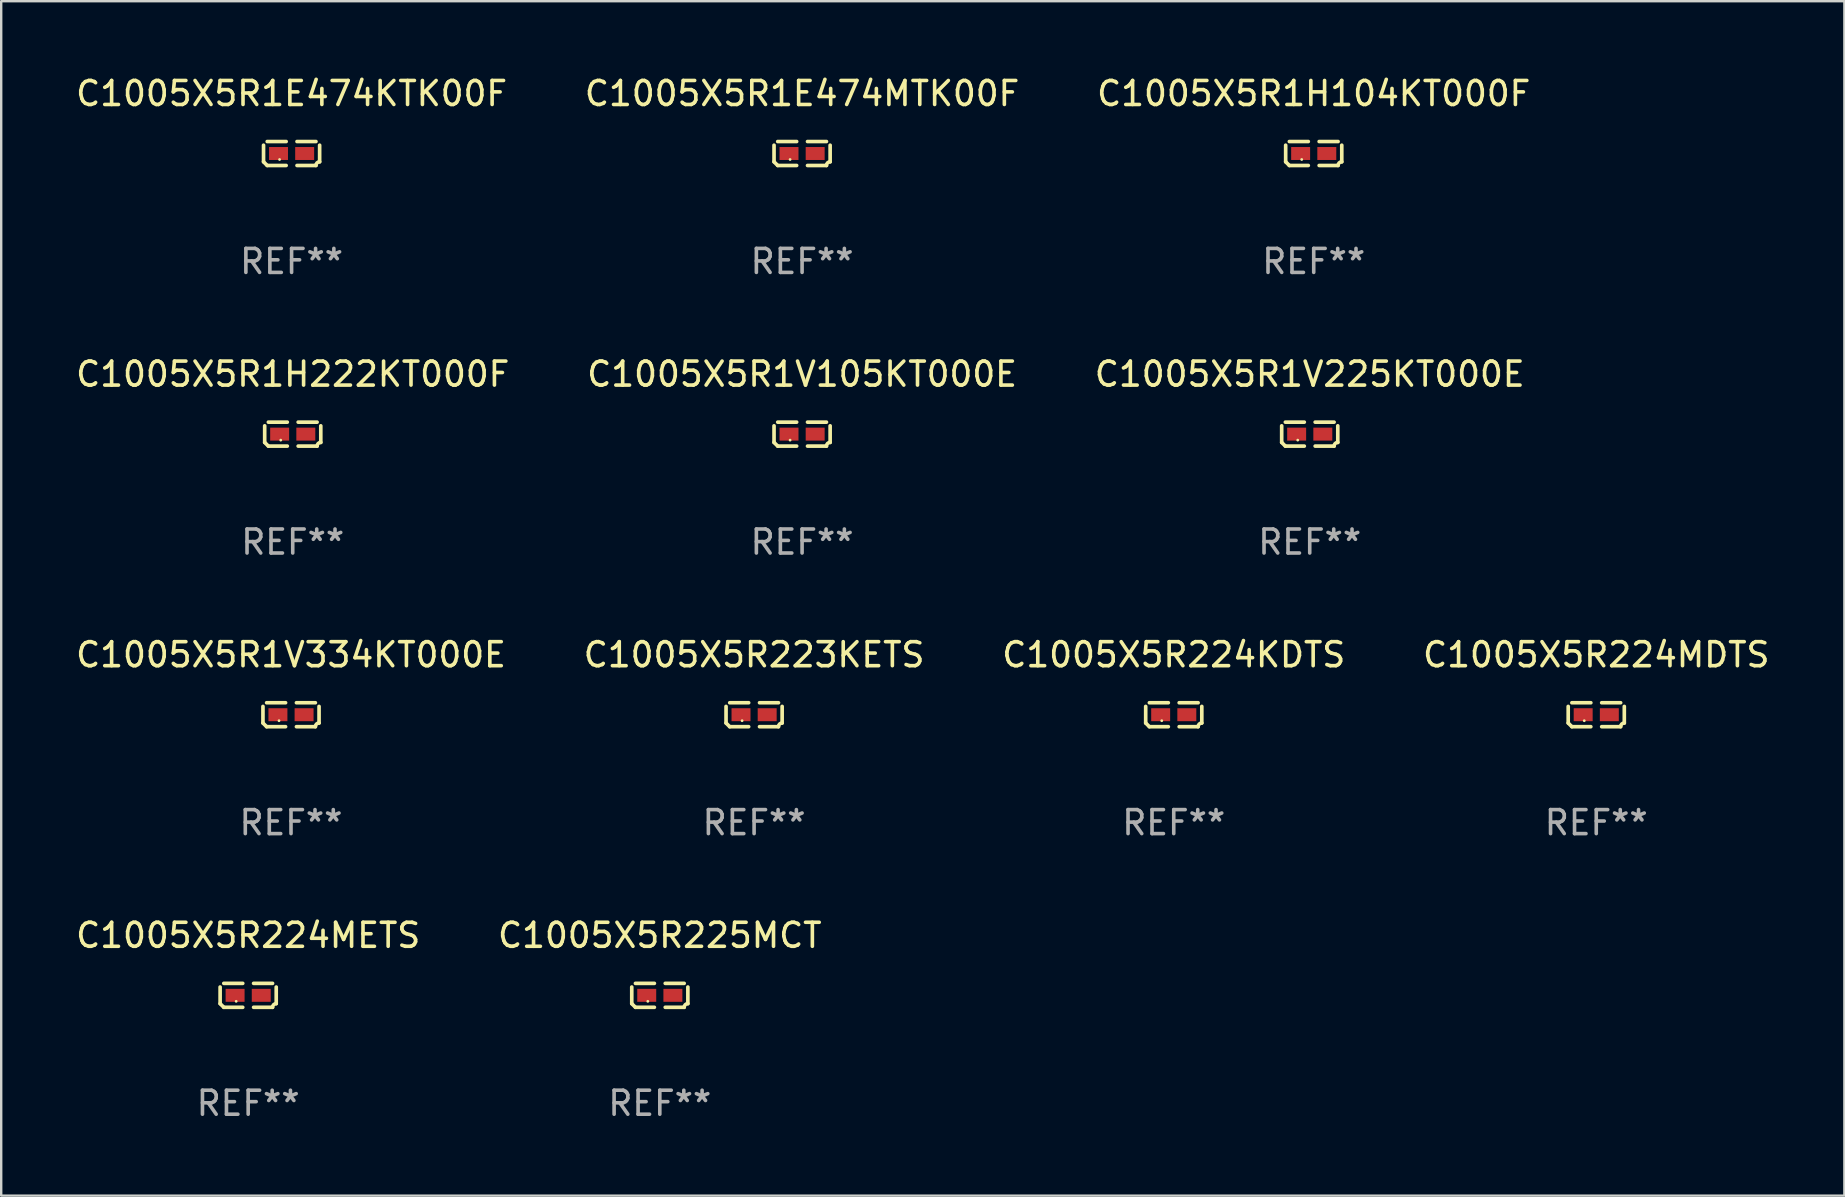
<source format=kicad_pcb>
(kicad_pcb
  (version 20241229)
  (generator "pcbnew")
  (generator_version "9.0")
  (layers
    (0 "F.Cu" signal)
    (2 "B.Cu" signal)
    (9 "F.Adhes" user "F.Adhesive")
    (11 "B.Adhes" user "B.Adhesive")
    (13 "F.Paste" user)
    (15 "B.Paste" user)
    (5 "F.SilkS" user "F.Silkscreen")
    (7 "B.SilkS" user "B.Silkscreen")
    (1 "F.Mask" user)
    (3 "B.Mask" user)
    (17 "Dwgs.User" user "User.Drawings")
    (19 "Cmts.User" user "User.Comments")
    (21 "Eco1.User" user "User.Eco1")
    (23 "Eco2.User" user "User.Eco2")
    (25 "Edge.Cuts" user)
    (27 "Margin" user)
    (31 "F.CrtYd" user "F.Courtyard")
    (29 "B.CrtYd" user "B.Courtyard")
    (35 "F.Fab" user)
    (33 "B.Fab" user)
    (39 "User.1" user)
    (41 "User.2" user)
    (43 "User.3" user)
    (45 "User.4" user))
  (footprint "C1005X5R1E474MTK00F"
    (layer "F.Cu")
    (at 30.375 3.347)
    (property "Reference" "C1005X5R1E474MTK00F" (at 0 -2.499 0) (layer "F.SilkS") (effects (font (size 1 1) (thickness 0.15))))
    (attr through_hole)
    (fp_line (start -1.169 0.346) (end -1.169 -0.346) (stroke (width 0.152) (type solid)) (layer "F.SilkS"))
    (fp_line (start -1.016 -0.499) (end -0.226 -0.499) (stroke (width 0.152) (type solid)) (layer "F.SilkS"))
    (fp_line (start -0.226 0.499) (end -1.016 0.499) (stroke (width 0.152) (type solid)) (layer "F.SilkS"))
    (fp_line (start 0.226 0.499) (end 1.016 0.499) (stroke (width 0.152) (type solid)) (layer "F.SilkS"))
    (fp_line (start 1.016 -0.499) (end 0.226 -0.499) (stroke (width 0.152) (type solid)) (layer "F.SilkS"))
    (fp_line (start 1.169 0.346) (end 1.169 -0.346) (stroke (width 0.152) (type solid)) (layer "F.SilkS"))
    (fp_arc (start -1.016307 0.498603) (mid -1.092512 0.422405) (end -1.16871 0.3462) (stroke (width 0.1524) (type solid)) (layer "F.SilkS"))
    (fp_arc (start 1.016307 0.498603) (mid 1.060899 0.390758) (end 1.168707 0.346076) (stroke (width 0.1524) (type solid)) (layer "F.SilkS"))
    (fp_circle (center -0.5 0.25) (end -0.47 0.25) (stroke (width 0.06) (type solid)) (fill no) (layer "F.SilkS"))
    (fp_text user "REF**" (at 0 4.499 0) (layer "F.Fab") (effects (font (size 1 1) (thickness 0.15))))
    (pad "1" smd rect (at -0.545 0) (size 0.79 0.54) (layers "F.Cu" "F.Mask" "F.Paste"))
    (pad "2" smd rect (at 0.545 0) (size 0.79 0.54) (layers "F.Cu" "F.Mask" "F.Paste")))
  (footprint "C1005X5R1V334KT000E"
    (layer "F.Cu")
    (at 9.077 26.734)
    (property "Reference" "C1005X5R1V334KT000E" (at 0 -2.499 0) (layer "F.SilkS") (effects (font (size 1 1) (thickness 0.15))))
    (attr through_hole)
    (fp_line (start -1.169 0.346) (end -1.169 -0.346) (stroke (width 0.152) (type solid)) (layer "F.SilkS"))
    (fp_line (start -1.016 -0.499) (end -0.226 -0.499) (stroke (width 0.152) (type solid)) (layer "F.SilkS"))
    (fp_line (start -0.226 0.499) (end -1.016 0.499) (stroke (width 0.152) (type solid)) (layer "F.SilkS"))
    (fp_line (start 0.226 0.499) (end 1.016 0.499) (stroke (width 0.152) (type solid)) (layer "F.SilkS"))
    (fp_line (start 1.016 -0.499) (end 0.226 -0.499) (stroke (width 0.152) (type solid)) (layer "F.SilkS"))
    (fp_line (start 1.169 0.346) (end 1.169 -0.346) (stroke (width 0.152) (type solid)) (layer "F.SilkS"))
    (fp_arc (start -1.016307 0.498603) (mid -1.092512 0.422405) (end -1.16871 0.3462) (stroke (width 0.1524) (type solid)) (layer "F.SilkS"))
    (fp_arc (start 1.016307 0.498603) (mid 1.060899 0.390758) (end 1.168707 0.346076) (stroke (width 0.1524) (type solid)) (layer "F.SilkS"))
    (fp_circle (center -0.5 0.25) (end -0.47 0.25) (stroke (width 0.06) (type solid)) (fill no) (layer "F.SilkS"))
    (fp_text user "REF**" (at 0 4.499 0) (layer "F.Fab") (effects (font (size 1 1) (thickness 0.15))))
    (pad "1" smd rect (at -0.545 0) (size 0.79 0.54) (layers "F.Cu" "F.Mask" "F.Paste"))
    (pad "2" smd rect (at 0.545 0) (size 0.79 0.54) (layers "F.Cu" "F.Mask" "F.Paste")))
  (footprint "C1005X5R1E474KTK00F"
    (layer "F.Cu")
    (at 9.101 3.347)
    (property "Reference" "C1005X5R1E474KTK00F" (at 0 -2.499 0) (layer "F.SilkS") (effects (font (size 1 1) (thickness 0.15))))
    (attr through_hole)
    (fp_line (start -1.169 0.346) (end -1.169 -0.346) (stroke (width 0.152) (type solid)) (layer "F.SilkS"))
    (fp_line (start -1.016 -0.499) (end -0.226 -0.499) (stroke (width 0.152) (type solid)) (layer "F.SilkS"))
    (fp_line (start -0.226 0.499) (end -1.016 0.499) (stroke (width 0.152) (type solid)) (layer "F.SilkS"))
    (fp_line (start 0.226 0.499) (end 1.016 0.499) (stroke (width 0.152) (type solid)) (layer "F.SilkS"))
    (fp_line (start 1.016 -0.499) (end 0.226 -0.499) (stroke (width 0.152) (type solid)) (layer "F.SilkS"))
    (fp_line (start 1.169 0.346) (end 1.169 -0.346) (stroke (width 0.152) (type solid)) (layer "F.SilkS"))
    (fp_arc (start -1.016307 0.498603) (mid -1.092512 0.422405) (end -1.16871 0.3462) (stroke (width 0.1524) (type solid)) (layer "F.SilkS"))
    (fp_arc (start 1.016307 0.498603) (mid 1.060899 0.390758) (end 1.168707 0.346076) (stroke (width 0.1524) (type solid)) (layer "F.SilkS"))
    (fp_circle (center -0.5 0.25) (end -0.47 0.25) (stroke (width 0.06) (type solid)) (fill no) (layer "F.SilkS"))
    (fp_text user "REF**" (at 0 4.499 0) (layer "F.Fab") (effects (font (size 1 1) (thickness 0.15))))
    (pad "1" smd rect (at -0.545 0) (size 0.79 0.54) (layers "F.Cu" "F.Mask" "F.Paste"))
    (pad "2" smd rect (at 0.545 0) (size 0.79 0.54) (layers "F.Cu" "F.Mask" "F.Paste")))
  (footprint "C1005X5R1V105KT000E"
    (layer "F.Cu")
    (at 30.375 15.041)
    (property "Reference" "C1005X5R1V105KT000E" (at 0 -2.499 0) (layer "F.SilkS") (effects (font (size 1 1) (thickness 0.15))))
    (attr through_hole)
    (fp_line (start -1.169 0.346) (end -1.169 -0.346) (stroke (width 0.152) (type solid)) (layer "F.SilkS"))
    (fp_line (start -1.016 -0.499) (end -0.226 -0.499) (stroke (width 0.152) (type solid)) (layer "F.SilkS"))
    (fp_line (start -0.226 0.499) (end -1.016 0.499) (stroke (width 0.152) (type solid)) (layer "F.SilkS"))
    (fp_line (start 0.226 0.499) (end 1.016 0.499) (stroke (width 0.152) (type solid)) (layer "F.SilkS"))
    (fp_line (start 1.016 -0.499) (end 0.226 -0.499) (stroke (width 0.152) (type solid)) (layer "F.SilkS"))
    (fp_line (start 1.169 0.346) (end 1.169 -0.346) (stroke (width 0.152) (type solid)) (layer "F.SilkS"))
    (fp_arc (start -1.016307 0.498603) (mid -1.092512 0.422405) (end -1.16871 0.3462) (stroke (width 0.1524) (type solid)) (layer "F.SilkS"))
    (fp_arc (start 1.016307 0.498603) (mid 1.060899 0.390758) (end 1.168707 0.346076) (stroke (width 0.1524) (type solid)) (layer "F.SilkS"))
    (fp_circle (center -0.5 0.25) (end -0.47 0.25) (stroke (width 0.06) (type solid)) (fill no) (layer "F.SilkS"))
    (fp_text user "REF**" (at 0 4.499 0) (layer "F.Fab") (effects (font (size 1 1) (thickness 0.15))))
    (pad "1" smd rect (at -0.545 0) (size 0.79 0.54) (layers "F.Cu" "F.Mask" "F.Paste"))
    (pad "2" smd rect (at 0.545 0) (size 0.79 0.54) (layers "F.Cu" "F.Mask" "F.Paste")))
  (footprint "C1005X5R1H222KT000F"
    (layer "F.Cu")
    (at 9.149 15.041)
    (property "Reference" "C1005X5R1H222KT000F" (at 0 -2.499 0) (layer "F.SilkS") (effects (font (size 1 1) (thickness 0.15))))
    (attr through_hole)
    (fp_line (start -1.169 0.346) (end -1.169 -0.346) (stroke (width 0.152) (type solid)) (layer "F.SilkS"))
    (fp_line (start -1.016 -0.499) (end -0.226 -0.499) (stroke (width 0.152) (type solid)) (layer "F.SilkS"))
    (fp_line (start -0.226 0.499) (end -1.016 0.499) (stroke (width 0.152) (type solid)) (layer "F.SilkS"))
    (fp_line (start 0.226 0.499) (end 1.016 0.499) (stroke (width 0.152) (type solid)) (layer "F.SilkS"))
    (fp_line (start 1.016 -0.499) (end 0.226 -0.499) (stroke (width 0.152) (type solid)) (layer "F.SilkS"))
    (fp_line (start 1.169 0.346) (end 1.169 -0.346) (stroke (width 0.152) (type solid)) (layer "F.SilkS"))
    (fp_arc (start -1.016307 0.498603) (mid -1.092512 0.422405) (end -1.16871 0.3462) (stroke (width 0.1524) (type solid)) (layer "F.SilkS"))
    (fp_arc (start 1.016307 0.498603) (mid 1.060899 0.390758) (end 1.168707 0.346076) (stroke (width 0.1524) (type solid)) (layer "F.SilkS"))
    (fp_circle (center -0.5 0.25) (end -0.47 0.25) (stroke (width 0.06) (type solid)) (fill no) (layer "F.SilkS"))
    (fp_text user "REF**" (at 0 4.499 0) (layer "F.Fab") (effects (font (size 1 1) (thickness 0.15))))
    (pad "1" smd rect (at -0.545 0) (size 0.79 0.54) (layers "F.Cu" "F.Mask" "F.Paste"))
    (pad "2" smd rect (at 0.545 0) (size 0.79 0.54) (layers "F.Cu" "F.Mask" "F.Paste")))
  (footprint "C1005X5R1V225KT000E"
    (layer "F.Cu")
    (at 51.53 15.041)
    (property "Reference" "C1005X5R1V225KT000E" (at 0 -2.499 0) (layer "F.SilkS") (effects (font (size 1 1) (thickness 0.15))))
    (attr through_hole)
    (fp_line (start -1.169 0.346) (end -1.169 -0.346) (stroke (width 0.152) (type solid)) (layer "F.SilkS"))
    (fp_line (start -1.016 -0.499) (end -0.226 -0.499) (stroke (width 0.152) (type solid)) (layer "F.SilkS"))
    (fp_line (start -0.226 0.499) (end -1.016 0.499) (stroke (width 0.152) (type solid)) (layer "F.SilkS"))
    (fp_line (start 0.226 0.499) (end 1.016 0.499) (stroke (width 0.152) (type solid)) (layer "F.SilkS"))
    (fp_line (start 1.016 -0.499) (end 0.226 -0.499) (stroke (width 0.152) (type solid)) (layer "F.SilkS"))
    (fp_line (start 1.169 0.346) (end 1.169 -0.346) (stroke (width 0.152) (type solid)) (layer "F.SilkS"))
    (fp_arc (start -1.016307 0.498603) (mid -1.092512 0.422405) (end -1.16871 0.3462) (stroke (width 0.1524) (type solid)) (layer "F.SilkS"))
    (fp_arc (start 1.016307 0.498603) (mid 1.060899 0.390758) (end 1.168707 0.346076) (stroke (width 0.1524) (type solid)) (layer "F.SilkS"))
    (fp_circle (center -0.5 0.25) (end -0.47 0.25) (stroke (width 0.06) (type solid)) (fill no) (layer "F.SilkS"))
    (fp_text user "REF**" (at 0 4.499 0) (layer "F.Fab") (effects (font (size 1 1) (thickness 0.15))))
    (pad "1" smd rect (at -0.545 0) (size 0.79 0.54) (layers "F.Cu" "F.Mask" "F.Paste"))
    (pad "2" smd rect (at 0.545 0) (size 0.79 0.54) (layers "F.Cu" "F.Mask" "F.Paste")))
  (footprint "C1005X5R224KDTS"
    (layer "F.Cu")
    (at 45.863 26.734)
    (property "Reference" "C1005X5R224KDTS" (at 0 -2.499 0) (layer "F.SilkS") (effects (font (size 1 1) (thickness 0.15))))
    (attr through_hole)
    (fp_line (start -1.169 0.346) (end -1.169 -0.346) (stroke (width 0.152) (type solid)) (layer "F.SilkS"))
    (fp_line (start -1.016 -0.499) (end -0.226 -0.499) (stroke (width 0.152) (type solid)) (layer "F.SilkS"))
    (fp_line (start -0.226 0.499) (end -1.016 0.499) (stroke (width 0.152) (type solid)) (layer "F.SilkS"))
    (fp_line (start 0.226 0.499) (end 1.016 0.499) (stroke (width 0.152) (type solid)) (layer "F.SilkS"))
    (fp_line (start 1.016 -0.499) (end 0.226 -0.499) (stroke (width 0.152) (type solid)) (layer "F.SilkS"))
    (fp_line (start 1.169 0.346) (end 1.169 -0.346) (stroke (width 0.152) (type solid)) (layer "F.SilkS"))
    (fp_arc (start -1.016307 0.498603) (mid -1.092512 0.422405) (end -1.16871 0.3462) (stroke (width 0.1524) (type solid)) (layer "F.SilkS"))
    (fp_arc (start 1.016307 0.498603) (mid 1.060899 0.390758) (end 1.168707 0.346076) (stroke (width 0.1524) (type solid)) (layer "F.SilkS"))
    (fp_circle (center -0.5 0.25) (end -0.47 0.25) (stroke (width 0.06) (type solid)) (fill no) (layer "F.SilkS"))
    (fp_text user "REF**" (at 0 4.499 0) (layer "F.Fab") (effects (font (size 1 1) (thickness 0.15))))
    (pad "1" smd rect (at -0.545 0) (size 0.79 0.54) (layers "F.Cu" "F.Mask" "F.Paste"))
    (pad "2" smd rect (at 0.545 0) (size 0.79 0.54) (layers "F.Cu" "F.Mask" "F.Paste")))
  (footprint "C1005X5R1H104KT000F"
    (layer "F.Cu")
    (at 51.696 3.347)
    (property "Reference" "C1005X5R1H104KT000F" (at 0 -2.499 0) (layer "F.SilkS") (effects (font (size 1 1) (thickness 0.15))))
    (attr through_hole)
    (fp_line (start -1.169 0.346) (end -1.169 -0.346) (stroke (width 0.152) (type solid)) (layer "F.SilkS"))
    (fp_line (start -1.016 -0.499) (end -0.226 -0.499) (stroke (width 0.152) (type solid)) (layer "F.SilkS"))
    (fp_line (start -0.226 0.499) (end -1.016 0.499) (stroke (width 0.152) (type solid)) (layer "F.SilkS"))
    (fp_line (start 0.226 0.499) (end 1.016 0.499) (stroke (width 0.152) (type solid)) (layer "F.SilkS"))
    (fp_line (start 1.016 -0.499) (end 0.226 -0.499) (stroke (width 0.152) (type solid)) (layer "F.SilkS"))
    (fp_line (start 1.169 0.346) (end 1.169 -0.346) (stroke (width 0.152) (type solid)) (layer "F.SilkS"))
    (fp_arc (start -1.016307 0.498603) (mid -1.092512 0.422405) (end -1.16871 0.3462) (stroke (width 0.1524) (type solid)) (layer "F.SilkS"))
    (fp_arc (start 1.016307 0.498603) (mid 1.060899 0.390758) (end 1.168707 0.346076) (stroke (width 0.1524) (type solid)) (layer "F.SilkS"))
    (fp_circle (center -0.5 0.25) (end -0.47 0.25) (stroke (width 0.06) (type solid)) (fill no) (layer "F.SilkS"))
    (fp_text user "REF**" (at 0 4.499 0) (layer "F.Fab") (effects (font (size 1 1) (thickness 0.15))))
    (pad "1" smd rect (at -0.545 0) (size 0.79 0.54) (layers "F.Cu" "F.Mask" "F.Paste"))
    (pad "2" smd rect (at 0.545 0) (size 0.79 0.54) (layers "F.Cu" "F.Mask" "F.Paste")))
  (footprint "C1005X5R225MCT"
    (layer "F.Cu")
    (at 24.446 38.428)
    (property "Reference" "C1005X5R225MCT" (at 0 -2.499 0) (layer "F.SilkS") (effects (font (size 1 1) (thickness 0.15))))
    (attr through_hole)
    (fp_line (start -1.169 0.346) (end -1.169 -0.346) (stroke (width 0.152) (type solid)) (layer "F.SilkS"))
    (fp_line (start -1.016 -0.499) (end -0.226 -0.499) (stroke (width 0.152) (type solid)) (layer "F.SilkS"))
    (fp_line (start -0.226 0.499) (end -1.016 0.499) (stroke (width 0.152) (type solid)) (layer "F.SilkS"))
    (fp_line (start 0.226 0.499) (end 1.016 0.499) (stroke (width 0.152) (type solid)) (layer "F.SilkS"))
    (fp_line (start 1.016 -0.499) (end 0.226 -0.499) (stroke (width 0.152) (type solid)) (layer "F.SilkS"))
    (fp_line (start 1.169 0.346) (end 1.169 -0.346) (stroke (width 0.152) (type solid)) (layer "F.SilkS"))
    (fp_arc (start -1.016307 0.498603) (mid -1.092512 0.422405) (end -1.16871 0.3462) (stroke (width 0.1524) (type solid)) (layer "F.SilkS"))
    (fp_arc (start 1.016307 0.498603) (mid 1.060899 0.390758) (end 1.168707 0.346076) (stroke (width 0.1524) (type solid)) (layer "F.SilkS"))
    (fp_circle (center -0.5 0.25) (end -0.47 0.25) (stroke (width 0.06) (type solid)) (fill no) (layer "F.SilkS"))
    (fp_text user "REF**" (at 0 4.499 0) (layer "F.Fab") (effects (font (size 1 1) (thickness 0.15))))
    (pad "1" smd rect (at -0.545 0) (size 0.79 0.54) (layers "F.Cu" "F.Mask" "F.Paste"))
    (pad "2" smd rect (at 0.545 0) (size 0.79 0.54) (layers "F.Cu" "F.Mask" "F.Paste")))
  (footprint "C1005X5R223KETS"
    (layer "F.Cu")
    (at 28.375 26.734)
    (property "Reference" "C1005X5R223KETS" (at 0 -2.499 0) (layer "F.SilkS") (effects (font (size 1 1) (thickness 0.15))))
    (attr through_hole)
    (fp_line (start -1.169 0.346) (end -1.169 -0.346) (stroke (width 0.152) (type solid)) (layer "F.SilkS"))
    (fp_line (start -1.016 -0.499) (end -0.226 -0.499) (stroke (width 0.152) (type solid)) (layer "F.SilkS"))
    (fp_line (start -0.226 0.499) (end -1.016 0.499) (stroke (width 0.152) (type solid)) (layer "F.SilkS"))
    (fp_line (start 0.226 0.499) (end 1.016 0.499) (stroke (width 0.152) (type solid)) (layer "F.SilkS"))
    (fp_line (start 1.016 -0.499) (end 0.226 -0.499) (stroke (width 0.152) (type solid)) (layer "F.SilkS"))
    (fp_line (start 1.169 0.346) (end 1.169 -0.346) (stroke (width 0.152) (type solid)) (layer "F.SilkS"))
    (fp_arc (start -1.016307 0.498603) (mid -1.092512 0.422405) (end -1.16871 0.3462) (stroke (width 0.1524) (type solid)) (layer "F.SilkS"))
    (fp_arc (start 1.016307 0.498603) (mid 1.060899 0.390758) (end 1.168707 0.346076) (stroke (width 0.1524) (type solid)) (layer "F.SilkS"))
    (fp_circle (center -0.5 0.25) (end -0.47 0.25) (stroke (width 0.06) (type solid)) (fill no) (layer "F.SilkS"))
    (fp_text user "REF**" (at 0 4.499 0) (layer "F.Fab") (effects (font (size 1 1) (thickness 0.15))))
    (pad "1" smd rect (at -0.545 0) (size 0.79 0.54) (layers "F.Cu" "F.Mask" "F.Paste"))
    (pad "2" smd rect (at 0.545 0) (size 0.79 0.54) (layers "F.Cu" "F.Mask" "F.Paste")))
  (footprint "C1005X5R224METS"
    (layer "F.Cu")
    (at 7.292 38.428)
    (property "Reference" "C1005X5R224METS" (at 0 -2.499 0) (layer "F.SilkS") (effects (font (size 1 1) (thickness 0.15))))
    (attr through_hole)
    (fp_line (start -1.169 0.346) (end -1.169 -0.346) (stroke (width 0.152) (type solid)) (layer "F.SilkS"))
    (fp_line (start -1.016 -0.499) (end -0.226 -0.499) (stroke (width 0.152) (type solid)) (layer "F.SilkS"))
    (fp_line (start -0.226 0.499) (end -1.016 0.499) (stroke (width 0.152) (type solid)) (layer "F.SilkS"))
    (fp_line (start 0.226 0.499) (end 1.016 0.499) (stroke (width 0.152) (type solid)) (layer "F.SilkS"))
    (fp_line (start 1.016 -0.499) (end 0.226 -0.499) (stroke (width 0.152) (type solid)) (layer "F.SilkS"))
    (fp_line (start 1.169 0.346) (end 1.169 -0.346) (stroke (width 0.152) (type solid)) (layer "F.SilkS"))
    (fp_arc (start -1.016307 0.498603) (mid -1.092512 0.422405) (end -1.16871 0.3462) (stroke (width 0.1524) (type solid)) (layer "F.SilkS"))
    (fp_arc (start 1.016307 0.498603) (mid 1.060899 0.390758) (end 1.168707 0.346076) (stroke (width 0.1524) (type solid)) (layer "F.SilkS"))
    (fp_circle (center -0.5 0.25) (end -0.47 0.25) (stroke (width 0.06) (type solid)) (fill no) (layer "F.SilkS"))
    (fp_text user "REF**" (at 0 4.499 0) (layer "F.Fab") (effects (font (size 1 1) (thickness 0.15))))
    (pad "1" smd rect (at -0.545 0) (size 0.79 0.54) (layers "F.Cu" "F.Mask" "F.Paste"))
    (pad "2" smd rect (at 0.545 0) (size 0.79 0.54) (layers "F.Cu" "F.Mask" "F.Paste")))
  (footprint "C1005X5R224MDTS"
    (layer "F.Cu")
    (at 63.47 26.734)
    (property "Reference" "C1005X5R224MDTS" (at 0 -2.499 0) (layer "F.SilkS") (effects (font (size 1 1) (thickness 0.15))))
    (attr through_hole)
    (fp_line (start -1.169 0.346) (end -1.169 -0.346) (stroke (width 0.152) (type solid)) (layer "F.SilkS"))
    (fp_line (start -1.016 -0.499) (end -0.226 -0.499) (stroke (width 0.152) (type solid)) (layer "F.SilkS"))
    (fp_line (start -0.226 0.499) (end -1.016 0.499) (stroke (width 0.152) (type solid)) (layer "F.SilkS"))
    (fp_line (start 0.226 0.499) (end 1.016 0.499) (stroke (width 0.152) (type solid)) (layer "F.SilkS"))
    (fp_line (start 1.016 -0.499) (end 0.226 -0.499) (stroke (width 0.152) (type solid)) (layer "F.SilkS"))
    (fp_line (start 1.169 0.346) (end 1.169 -0.346) (stroke (width 0.152) (type solid)) (layer "F.SilkS"))
    (fp_arc (start -1.016307 0.498603) (mid -1.092512 0.422405) (end -1.16871 0.3462) (stroke (width 0.1524) (type solid)) (layer "F.SilkS"))
    (fp_arc (start 1.016307 0.498603) (mid 1.060899 0.390758) (end 1.168707 0.346076) (stroke (width 0.1524) (type solid)) (layer "F.SilkS"))
    (fp_circle (center -0.5 0.25) (end -0.47 0.25) (stroke (width 0.06) (type solid)) (fill no) (layer "F.SilkS"))
    (fp_text user "REF**" (at 0 4.499 0) (layer "F.Fab") (effects (font (size 1 1) (thickness 0.15))))
    (pad "1" smd rect (at -0.545 0) (size 0.79 0.54) (layers "F.Cu" "F.Mask" "F.Paste"))
    (pad "2" smd rect (at 0.545 0) (size 0.79 0.54) (layers "F.Cu" "F.Mask" "F.Paste")))
  (gr_rect
    (start -3 -3)
    (end 73.81 46.775)
    (stroke (width 0.1) (type default))
    (fill no)
    (layer "Edge.Cuts")))
</source>
